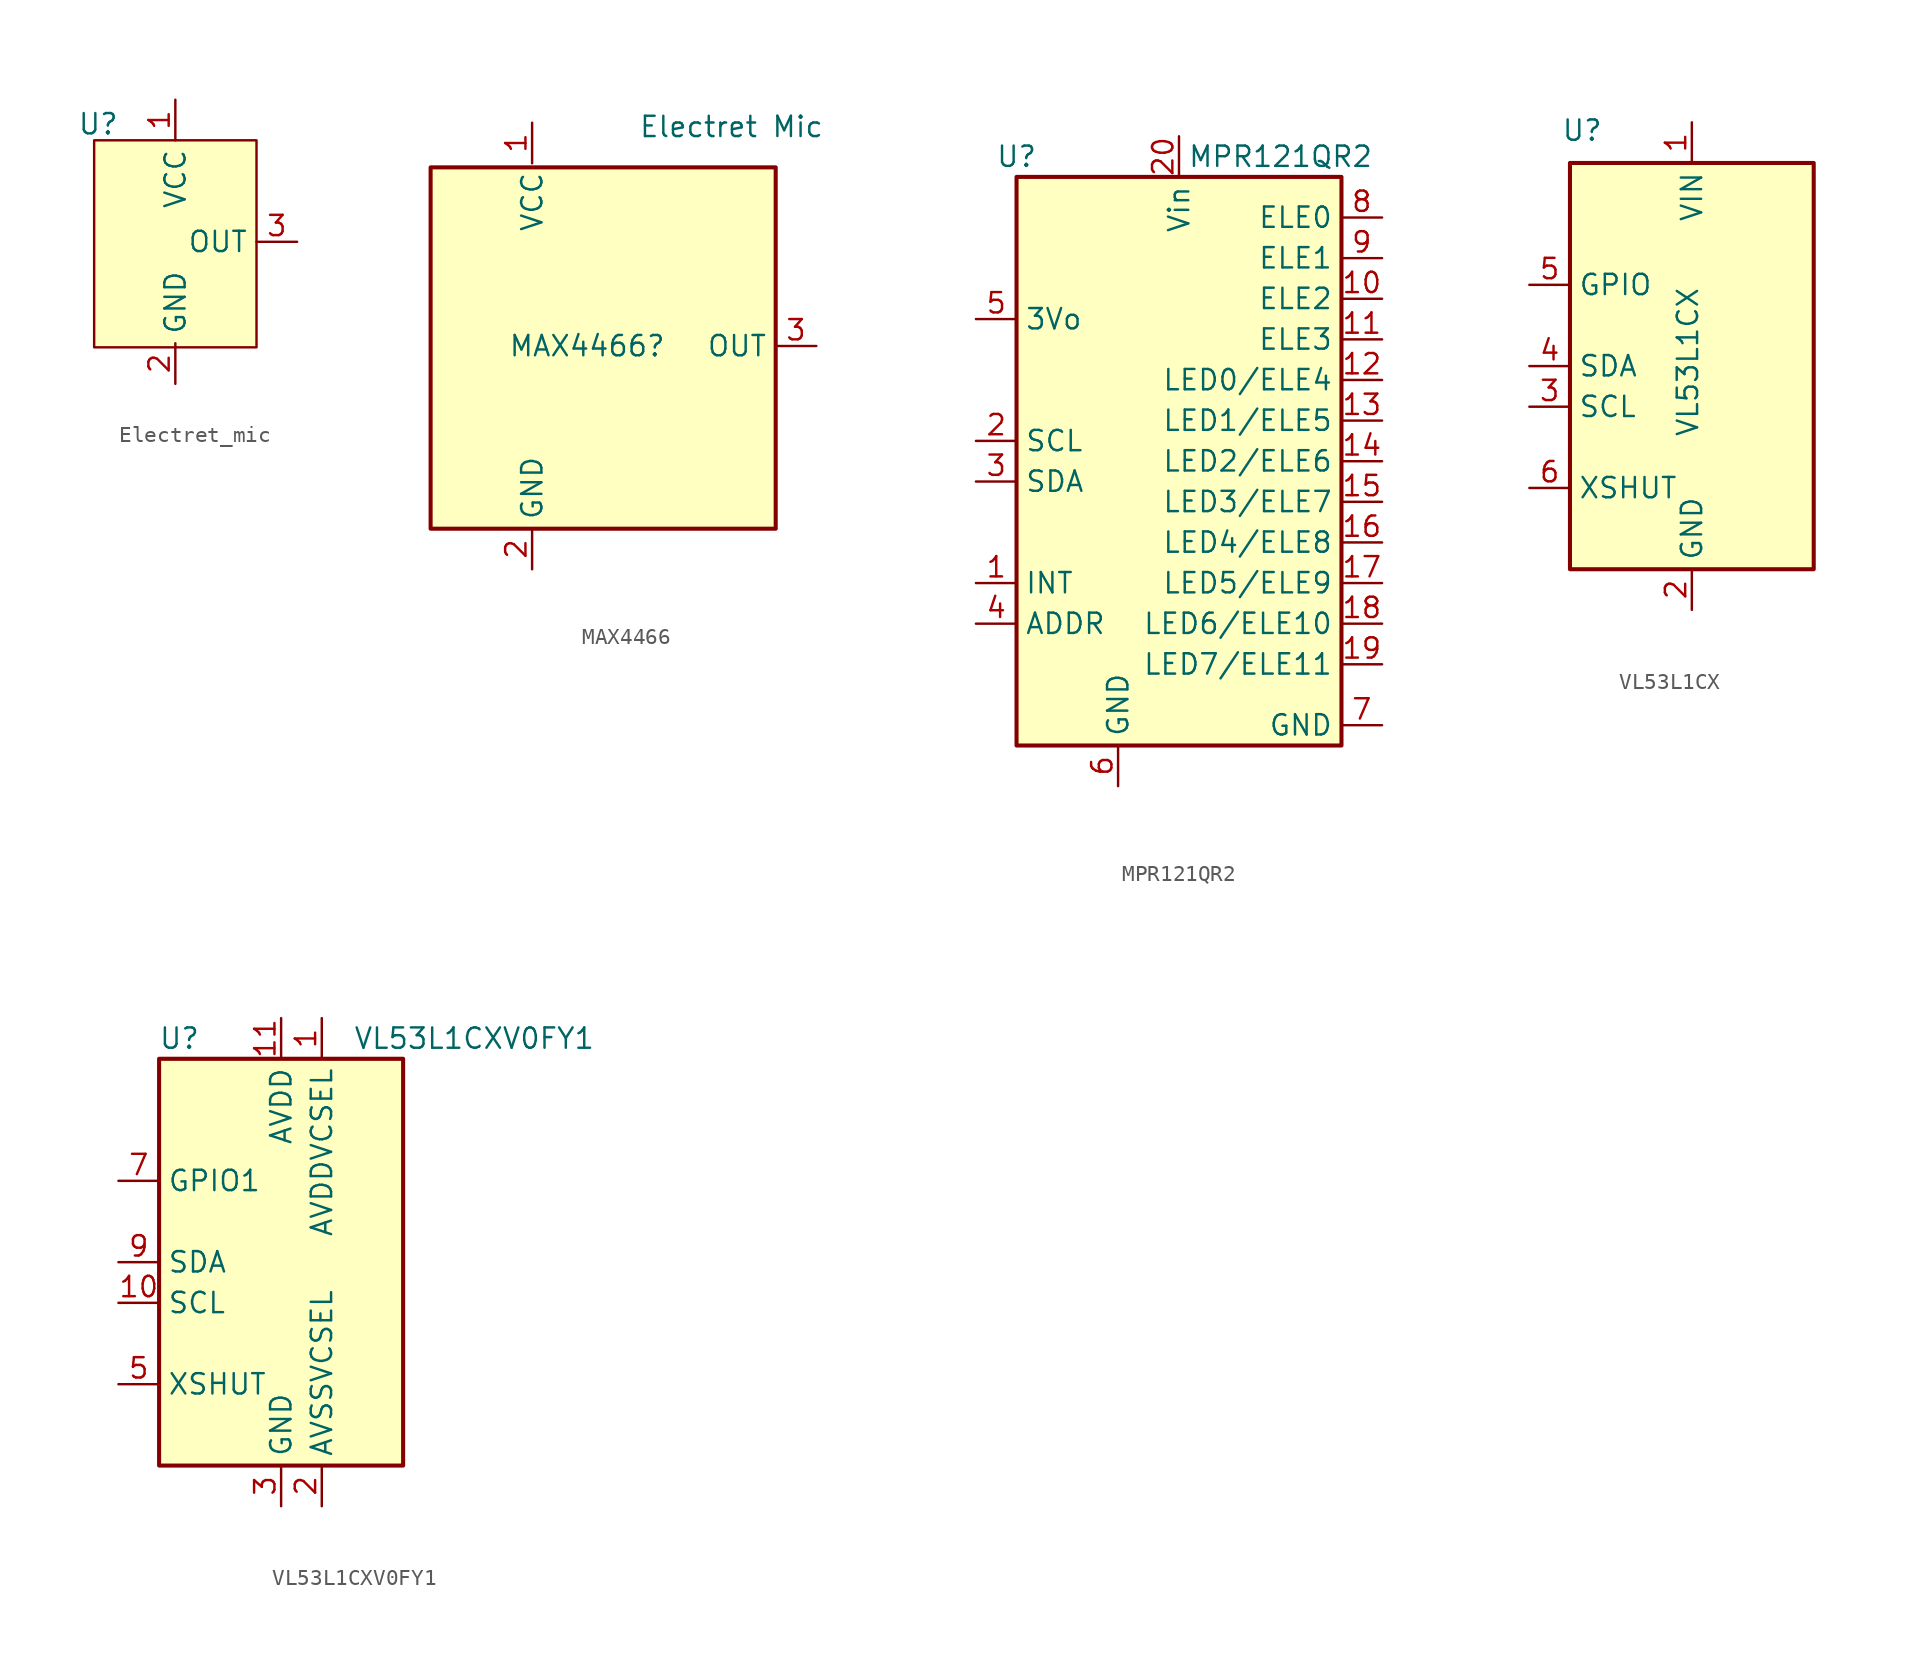
<source format=kicad_sym>
(kicad_symbol_lib
  (version 20231120)
  (generator "kicad_symbol_editor")
  (generator_version "8.0")
  (symbol "Electret_mic"
    (property "Reference" "U"
      (at -4.826 7.366 0)
      (effects (font (size 1.27 1.27))))
    (property "Value" ""
      (at 0 0 0)
      (effects (font (size 1.27 1.27))))
    (symbol "Electret_mic_1_1"
      (rectangle (start -5.08 6.35) (end 5.08 -6.604) (stroke (width 0) (type default)) (fill (type color) (color 255 255 194 1)))
      (pin input line (at 0 8.89 270) (length 2.54) (name "VCC" (effects (font (size 1.27 1.27)))) (number "1" (effects (font (size 1.27 1.27)))))
      (pin input line (at 0 -8.89 90) (length 2.54) (name "GND" (effects (font (size 1.27 1.27)))) (number "2" (effects (font (size 1.27 1.27)))))
      (pin bidirectional line (at 7.62 0 180) (length 2.54) (name "OUT" (effects (font (size 1.27 1.27)))) (number "3" (effects (font (size 1.27 1.27)))))))
  (symbol "MAX4466"
    (property "Reference" "MAX4466"
      (at 2.032 0 0)
      (effects (font (size 1.27 1.27)) (justify right)))
    (property "Value" "Electret Mic"
      (at 11.938 13.716 0)
      (effects (font (size 1.27 1.27)) (justify right)))
    (symbol "MAX4466_0_1"
      (rectangle (start -12.7 11.176) (end 8.89 -11.43) (stroke (width 0.254) (type default)) (fill (type background))))
    (symbol "MAX4466_1_1"
      (pin power_in line (at -6.35 13.97 270) (length 2.54) (name "VCC" (effects (font (size 1.27 1.27)))) (number "1" (effects (font (size 1.27 1.27)))))
      (pin power_in line (at -6.35 -13.97 90) (length 2.54) (name "GND" (effects (font (size 1.27 1.27)))) (number "2" (effects (font (size 1.27 1.27)))))
      (pin bidirectional line (at 11.43 0 180) (length 2.54) (name "OUT" (effects (font (size 1.27 1.27)))) (number "3" (effects (font (size 1.27 1.27)))))))
  (symbol "MPR121QR2"
    (property "Reference" "U"
      (at -10.16 19.05 0)
      (effects (font (size 1.27 1.27))))
    (property "Value" "MPR121QR2"
      (at 6.35 19.05 0)
      (effects (font (size 1.27 1.27))))
    (symbol "MPR121QR2_0_1"
      (rectangle (start -10.16 17.78) (end 10.16 -17.78) (stroke (width 0.254) (type default)) (fill (type background))))
    (symbol "MPR121QR2_1_1"
      (pin open_collector line (at -12.7 -7.62 0) (length 2.54) (name "INT" (effects (font (size 1.27 1.27)))) (number "1" (effects (font (size 1.27 1.27)))))
      (pin passive line (at 12.7 10.16 180) (length 2.54) (name "ELE2" (effects (font (size 1.27 1.27)))) (number "10" (effects (font (size 1.27 1.27)))))
      (pin passive line (at 12.7 7.62 180) (length 2.54) (name "ELE3" (effects (font (size 1.27 1.27)))) (number "11" (effects (font (size 1.27 1.27)))))
      (pin passive line (at 12.7 5.08 180) (length 2.54) (name "LED0/ELE4" (effects (font (size 1.27 1.27)))) (number "12" (effects (font (size 1.27 1.27)))))
      (pin passive line (at 12.7 2.54 180) (length 2.54) (name "LED1/ELE5" (effects (font (size 1.27 1.27)))) (number "13" (effects (font (size 1.27 1.27)))))
      (pin passive line (at 12.7 0 180) (length 2.54) (name "LED2/ELE6" (effects (font (size 1.27 1.27)))) (number "14" (effects (font (size 1.27 1.27)))))
      (pin passive line (at 12.7 -2.54 180) (length 2.54) (name "LED3/ELE7" (effects (font (size 1.27 1.27)))) (number "15" (effects (font (size 1.27 1.27)))))
      (pin passive line (at 12.7 -5.08 180) (length 2.54) (name "LED4/ELE8" (effects (font (size 1.27 1.27)))) (number "16" (effects (font (size 1.27 1.27)))))
      (pin passive line (at 12.7 -7.62 180) (length 2.54) (name "LED5/ELE9" (effects (font (size 1.27 1.27)))) (number "17" (effects (font (size 1.27 1.27)))))
      (pin passive line (at 12.7 -10.16 180) (length 2.54) (name "LED6/ELE10" (effects (font (size 1.27 1.27)))) (number "18" (effects (font (size 1.27 1.27)))))
      (pin passive line (at 12.7 -12.7 180) (length 2.54) (name "LED7/ELE11" (effects (font (size 1.27 1.27)))) (number "19" (effects (font (size 1.27 1.27)))))
      (pin input line (at -12.7 1.27 0) (length 2.54) (name "SCL" (effects (font (size 1.27 1.27)))) (number "2" (effects (font (size 1.27 1.27)))))
      (pin power_in line (at 0 20.32 270) (length 2.54) (name "Vin" (effects (font (size 1.27 1.27)))) (number "20" (effects (font (size 1.27 1.27)))))
      (pin bidirectional line (at -12.7 -1.27 0) (length 2.54) (name "SDA" (effects (font (size 1.27 1.27)))) (number "3" (effects (font (size 1.27 1.27)))))
      (pin input line (at -12.7 -10.16 0) (length 2.54) (name "ADDR" (effects (font (size 1.27 1.27)))) (number "4" (effects (font (size 1.27 1.27)))))
      (pin passive line (at -12.7 8.89 0) (length 2.54) (name "3Vo" (effects (font (size 1.27 1.27)))) (number "5" (effects (font (size 1.27 1.27)))))
      (pin power_in line (at -3.81 -20.32 90) (length 2.54) (name "GND" (effects (font (size 1.27 1.27)))) (number "6" (effects (font (size 1.27 1.27)))))
      (pin power_in line (at 12.7 -16.51 180) (length 2.54) (name "GND" (effects (font (size 1.27 1.27)))) (number "7" (effects (font (size 1.27 1.27)))))
      (pin passive line (at 12.7 15.24 180) (length 2.54) (name "ELE0" (effects (font (size 1.27 1.27)))) (number "8" (effects (font (size 1.27 1.27)))))
      (pin passive line (at 12.7 12.7 180) (length 2.54) (name "ELE1" (effects (font (size 1.27 1.27)))) (number "9" (effects (font (size 1.27 1.27)))))))
  (symbol "VL53L1CX"
    (property "Reference" "U"
      (at -6.858 14.732 0)
      (effects (font (size 1.27 1.27))))
    (property "Value" "VL53L1CX"
      (at -0.254 0.254 90)
      (effects (font (size 1.27 1.27))))
    (symbol "VL53L1CX_0_1"
      (rectangle (start -7.62 12.7) (end 7.62 -12.7) (stroke (width 0.254) (type default)) (fill (type background))))
    (symbol "VL53L1CX_1_1"
      (pin power_in line (at 0 15.24 270) (length 2.54) (name "VIN" (effects (font (size 1.27 1.27)))) (number "1" (effects (font (size 1.27 1.27)))))
      (pin power_in line (at 0 -15.24 90) (length 2.54) (name "GND" (effects (font (size 1.27 1.27)))) (number "2" (effects (font (size 1.27 1.27)))))
      (pin input line (at -10.16 -2.54 0) (length 2.54) (name "SCL" (effects (font (size 1.27 1.27)))) (number "3" (effects (font (size 1.27 1.27)))))
      (pin bidirectional line (at -10.16 0 0) (length 2.54) (name "SDA" (effects (font (size 1.27 1.27)))) (number "4" (effects (font (size 1.27 1.27)))))
      (pin open_collector line (at -10.16 5.08 0) (length 2.54) (name "GPIO" (effects (font (size 1.27 1.27)))) (number "5" (effects (font (size 1.27 1.27)))))
      (pin input line (at -10.16 -7.62 0) (length 2.54) (name "XSHUT" (effects (font (size 1.27 1.27)))) (number "6" (effects (font (size 1.27 1.27)))))))
  (symbol "VL53L1CXV0FY1"
    (property "Reference" "U"
      (at -6.35 13.97 0)
      (effects (font (size 1.27 1.27))))
    (property "Value" "VL53L1CXV0FY1"
      (at 12.065 13.97 0)
      (effects (font (size 1.27 1.27))))
    (symbol "VL53L1CXV0FY1_0_1"
      (rectangle (start -7.62 12.7) (end 7.62 -12.7) (stroke (width 0.254) (type default)) (fill (type background))))
    (symbol "VL53L1CXV0FY1_1_1"
      (pin power_in line (at 2.54 15.24 270) (length 2.54) (name "AVDDVCSEL" (effects (font (size 1.27 1.27)))) (number "1" (effects (font (size 1.27 1.27)))))
      (pin input line (at -10.16 -2.54 0) (length 2.54) (name "SCL" (effects (font (size 1.27 1.27)))) (number "10" (effects (font (size 1.27 1.27)))))
      (pin power_in line (at 0 15.24 270) (length 2.54) (name "AVDD" (effects (font (size 1.27 1.27)))) (number "11" (effects (font (size 1.27 1.27)))))
      (pin passive line (at 0 -15.24 90) (length 2.54) hide (name "GND" (effects (font (size 1.27 1.27)))) (number "12" (effects (font (size 1.27 1.27)))))
      (pin power_in line (at 2.54 -15.24 90) (length 2.54) (name "AVSSVCSEL" (effects (font (size 1.27 1.27)))) (number "2" (effects (font (size 1.27 1.27)))))
      (pin power_in line (at 0 -15.24 90) (length 2.54) (name "GND" (effects (font (size 1.27 1.27)))) (number "3" (effects (font (size 1.27 1.27)))))
      (pin passive line (at 0 -15.24 90) (length 2.54) hide (name "GND" (effects (font (size 1.27 1.27)))) (number "4" (effects (font (size 1.27 1.27)))))
      (pin input line (at -10.16 -7.62 0) (length 2.54) (name "XSHUT" (effects (font (size 1.27 1.27)))) (number "5" (effects (font (size 1.27 1.27)))))
      (pin passive line (at 0 -15.24 90) (length 2.54) hide (name "GND" (effects (font (size 1.27 1.27)))) (number "6" (effects (font (size 1.27 1.27)))))
      (pin open_collector line (at -10.16 5.08 0) (length 2.54) (name "GPIO1" (effects (font (size 1.27 1.27)))) (number "7" (effects (font (size 1.27 1.27)))))
      (pin no_connect line (at -7.62 7.62 0) (length 2.54) hide (name "DNC" (effects (font (size 1.27 1.27)))) (number "8" (effects (font (size 1.27 1.27)))))
      (pin bidirectional line (at -10.16 0 0) (length 2.54) (name "SDA" (effects (font (size 1.27 1.27)))) (number "9" (effects (font (size 1.27 1.27))))))))
</source>
